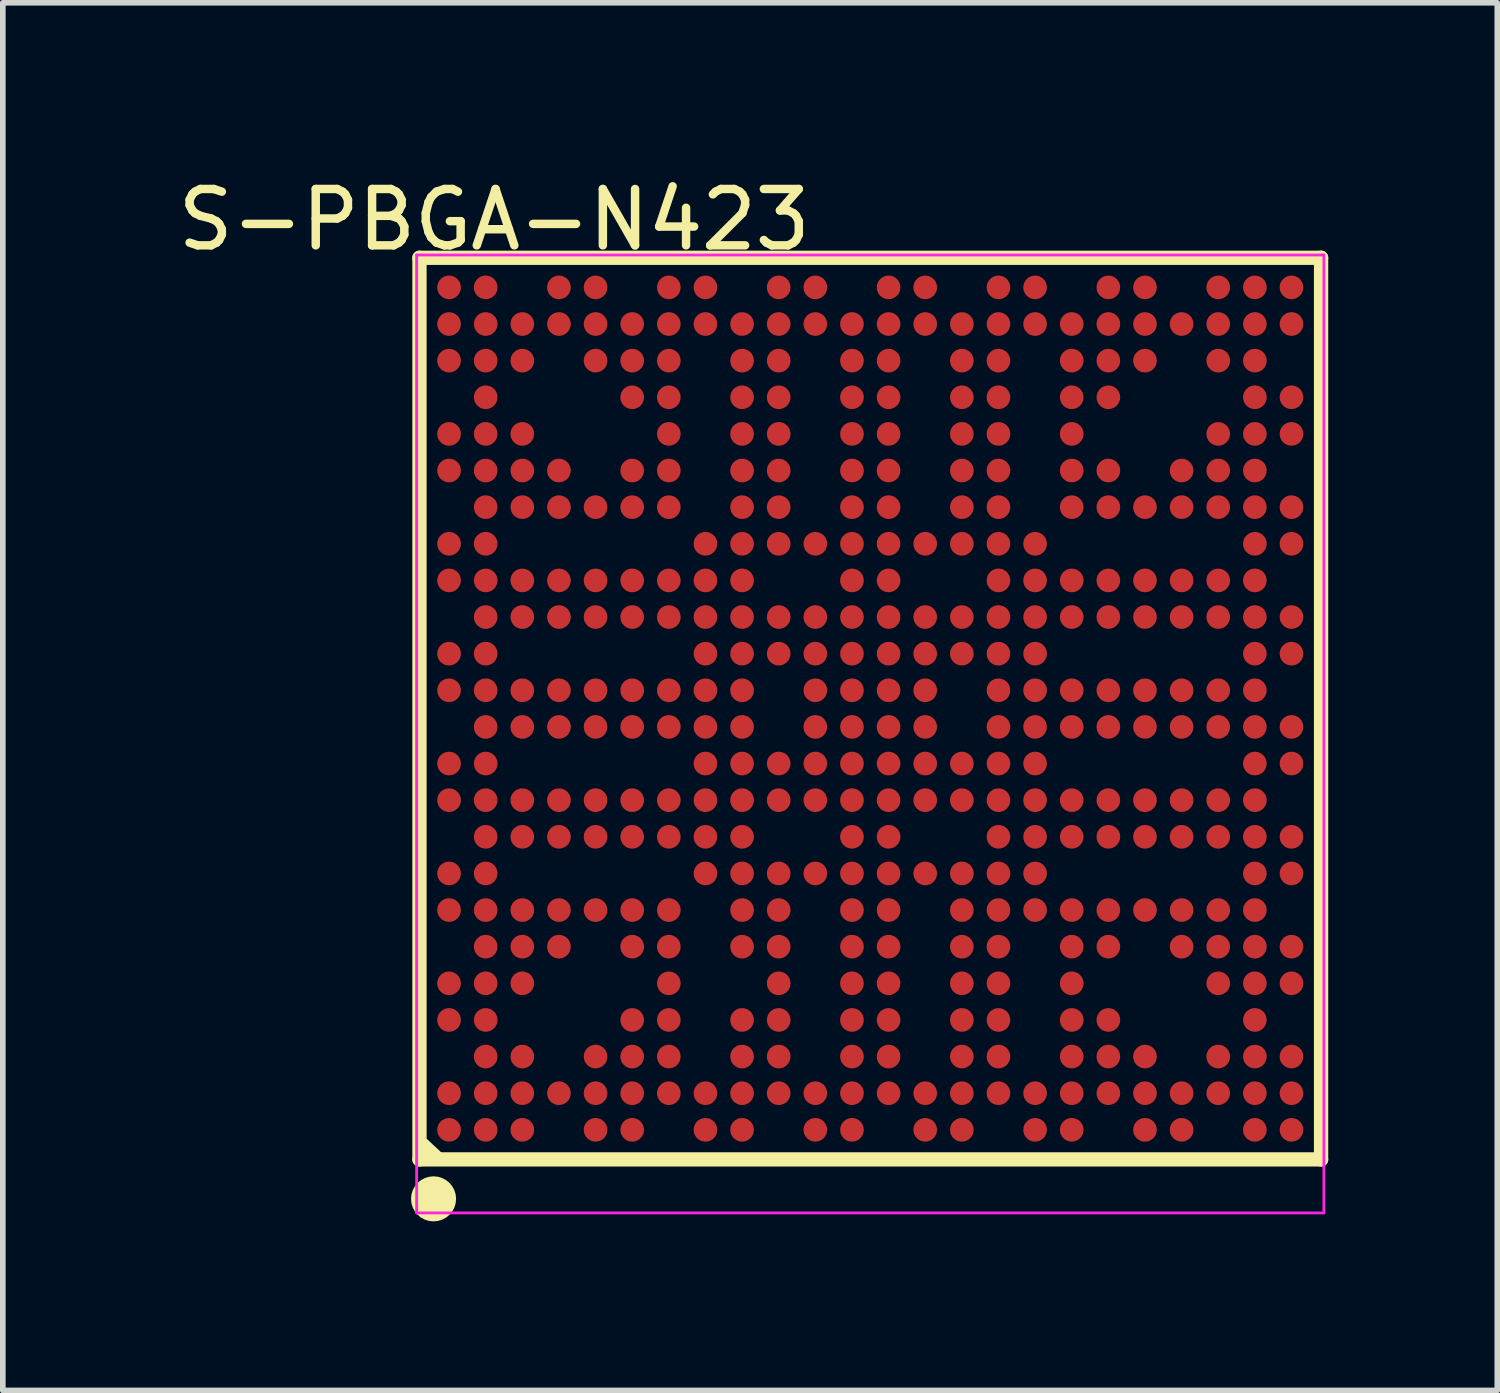
<source format=kicad_pcb>
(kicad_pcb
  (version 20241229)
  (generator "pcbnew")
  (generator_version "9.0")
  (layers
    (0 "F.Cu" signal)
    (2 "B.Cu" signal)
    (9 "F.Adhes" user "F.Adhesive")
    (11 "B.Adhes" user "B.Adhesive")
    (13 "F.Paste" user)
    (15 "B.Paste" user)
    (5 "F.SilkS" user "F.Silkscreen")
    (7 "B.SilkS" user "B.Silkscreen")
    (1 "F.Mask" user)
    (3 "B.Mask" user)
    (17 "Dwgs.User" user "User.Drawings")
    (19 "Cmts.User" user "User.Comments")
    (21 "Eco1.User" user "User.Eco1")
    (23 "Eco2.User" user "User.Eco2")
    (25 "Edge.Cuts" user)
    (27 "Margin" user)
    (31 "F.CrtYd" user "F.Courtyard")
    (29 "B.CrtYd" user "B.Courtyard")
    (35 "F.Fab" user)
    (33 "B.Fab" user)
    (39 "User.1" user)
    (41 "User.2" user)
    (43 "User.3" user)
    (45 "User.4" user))
  (footprint "S-PBGA-N423"
    (layer "F.Cu")
    (at 12.394 9.525)
    (property "Reference" "S-PBGA-N423" (at -6.674 -8.676 0) (layer "F.SilkS") (effects (font (size 1 1) (thickness 0.15))))
    (attr through_hole)
    (fp_line (start -8 -8) (end 8 -8) (stroke (width 0.254) (type solid)) (layer "F.SilkS"))
    (fp_line (start -8 8) (end -8 -8) (stroke (width 0.254) (type solid)) (layer "F.SilkS"))
    (fp_line (start -8 8) (end 8 8) (stroke (width 0.254) (type solid)) (layer "F.SilkS"))
    (fp_line (start -7.975 7.675) (end -7.625 8) (stroke (width 0.2) (type solid)) (layer "F.SilkS"))
    (fp_line (start 8 8) (end 8 -8) (stroke (width 0.254) (type solid)) (layer "F.SilkS"))
    (fp_circle (center -7.75 8.7) (end -7.55 8.7) (stroke (width 0.4) (type solid)) (fill no) (layer "F.SilkS"))
    (fp_line (start -8.05 -8.05) (end 8.05 -8.05) (stroke (width 0.05) (type solid)) (layer "F.CrtYd"))
    (fp_line (start -8.05 8.95) (end -8.05 -8.05) (stroke (width 0.05) (type solid)) (layer "F.CrtYd"))
    (fp_line (start 8.05 -8.05) (end 8.05 8.95) (stroke (width 0.05) (type solid)) (layer "F.CrtYd"))
    (fp_line (start 8.05 8.95) (end -8.05 8.95) (stroke (width 0.05) (type solid)) (layer "F.CrtYd"))
    (pad "A1" smd oval (at -7.475 7.475) (size 0.42 0.42) (layers "F.Cu" "F.Mask" "F.Paste"))
    (pad "A2" smd oval (at -7.475 6.825) (size 0.42 0.42) (layers "F.Cu" "F.Mask" "F.Paste"))
    (pad "A4" smd oval (at -7.475 5.525) (size 0.42 0.42) (layers "F.Cu" "F.Mask" "F.Paste"))
    (pad "A5" smd oval (at -7.475 4.875) (size 0.42 0.42) (layers "F.Cu" "F.Mask" "F.Paste"))
    (pad "A7" smd oval (at -7.475 3.575) (size 0.42 0.42) (layers "F.Cu" "F.Mask" "F.Paste"))
    (pad "A8" smd oval (at -7.475 2.925) (size 0.42 0.42) (layers "F.Cu" "F.Mask" "F.Paste"))
    (pad "A10" smd oval (at -7.475 1.625) (size 0.42 0.42) (layers "F.Cu" "F.Mask" "F.Paste"))
    (pad "A11" smd oval (at -7.475 0.975) (size 0.42 0.42) (layers "F.Cu" "F.Mask" "F.Paste"))
    (pad "A13" smd oval (at -7.475 -0.325) (size 0.42 0.42) (layers "F.Cu" "F.Mask" "F.Paste"))
    (pad "A14" smd oval (at -7.475 -0.975) (size 0.42 0.42) (layers "F.Cu" "F.Mask" "F.Paste"))
    (pad "A16" smd oval (at -7.475 -2.275) (size 0.42 0.42) (layers "F.Cu" "F.Mask" "F.Paste"))
    (pad "A17" smd oval (at -7.475 -2.925) (size 0.42 0.42) (layers "F.Cu" "F.Mask" "F.Paste"))
    (pad "A19" smd oval (at -7.475 -4.225) (size 0.42 0.42) (layers "F.Cu" "F.Mask" "F.Paste"))
    (pad "A20" smd oval (at -7.475 -4.875) (size 0.42 0.42) (layers "F.Cu" "F.Mask" "F.Paste"))
    (pad "A22" smd oval (at -7.475 -6.175) (size 0.42 0.42) (layers "F.Cu" "F.Mask" "F.Paste"))
    (pad "A23" smd oval (at -7.475 -6.825) (size 0.42 0.42) (layers "F.Cu" "F.Mask" "F.Paste"))
    (pad "A24" smd oval (at -7.475 -7.475) (size 0.42 0.42) (layers "F.Cu" "F.Mask" "F.Paste"))
    (pad "AA1" smd oval (at 5.525 7.475) (size 0.42 0.42) (layers "F.Cu" "F.Mask" "F.Paste"))
    (pad "AA2" smd oval (at 5.525 6.825) (size 0.42 0.42) (layers "F.Cu" "F.Mask" "F.Paste"))
    (pad "AA6" smd oval (at 5.525 4.225) (size 0.42 0.42) (layers "F.Cu" "F.Mask" "F.Paste"))
    (pad "AA7" smd oval (at 5.525 3.575) (size 0.42 0.42) (layers "F.Cu" "F.Mask" "F.Paste"))
    (pad "AA9" smd oval (at 5.525 2.275) (size 0.42 0.42) (layers "F.Cu" "F.Mask" "F.Paste"))
    (pad "AA10" smd oval (at 5.525 1.625) (size 0.42 0.42) (layers "F.Cu" "F.Mask" "F.Paste"))
    (pad "AA12" smd oval (at 5.525 0.325) (size 0.42 0.42) (layers "F.Cu" "F.Mask" "F.Paste"))
    (pad "AA13" smd oval (at 5.525 -0.325) (size 0.42 0.42) (layers "F.Cu" "F.Mask" "F.Paste"))
    (pad "AA15" smd oval (at 5.525 -1.625) (size 0.42 0.42) (layers "F.Cu" "F.Mask" "F.Paste"))
    (pad "AA16" smd oval (at 5.525 -2.275) (size 0.42 0.42) (layers "F.Cu" "F.Mask" "F.Paste"))
    (pad "AA18" smd oval (at 5.525 -3.575) (size 0.42 0.42) (layers "F.Cu" "F.Mask" "F.Paste"))
    (pad "AA19" smd oval (at 5.525 -4.225) (size 0.42 0.42) (layers "F.Cu" "F.Mask" "F.Paste"))
    (pad "AA23" smd oval (at 5.525 -6.825) (size 0.42 0.42) (layers "F.Cu" "F.Mask" "F.Paste"))
    (pad "AB2" smd oval (at 6.175 6.825) (size 0.42 0.42) (layers "F.Cu" "F.Mask" "F.Paste"))
    (pad "AB3" smd oval (at 6.175 6.175) (size 0.42 0.42) (layers "F.Cu" "F.Mask" "F.Paste"))
    (pad "AB5" smd oval (at 6.175 4.875) (size 0.42 0.42) (layers "F.Cu" "F.Mask" "F.Paste"))
    (pad "AB6" smd oval (at 6.175 4.225) (size 0.42 0.42) (layers "F.Cu" "F.Mask" "F.Paste"))
    (pad "AB7" smd oval (at 6.175 3.575) (size 0.42 0.42) (layers "F.Cu" "F.Mask" "F.Paste"))
    (pad "AB9" smd oval (at 6.175 2.275) (size 0.42 0.42) (layers "F.Cu" "F.Mask" "F.Paste"))
    (pad "AB10" smd oval (at 6.175 1.625) (size 0.42 0.42) (layers "F.Cu" "F.Mask" "F.Paste"))
    (pad "AB12" smd oval (at 6.175 0.325) (size 0.42 0.42) (layers "F.Cu" "F.Mask" "F.Paste"))
    (pad "AB13" smd oval (at 6.175 -0.325) (size 0.42 0.42) (layers "F.Cu" "F.Mask" "F.Paste"))
    (pad "AB15" smd oval (at 6.175 -1.625) (size 0.42 0.42) (layers "F.Cu" "F.Mask" "F.Paste"))
    (pad "AB16" smd oval (at 6.175 -2.275) (size 0.42 0.42) (layers "F.Cu" "F.Mask" "F.Paste"))
    (pad "AB18" smd oval (at 6.175 -3.575) (size 0.42 0.42) (layers "F.Cu" "F.Mask" "F.Paste"))
    (pad "AB19" smd oval (at 6.175 -4.225) (size 0.42 0.42) (layers "F.Cu" "F.Mask" "F.Paste"))
    (pad "AB20" smd oval (at 6.175 -4.875) (size 0.42 0.42) (layers "F.Cu" "F.Mask" "F.Paste"))
    (pad "AB22" smd oval (at 6.175 -6.175) (size 0.42 0.42) (layers "F.Cu" "F.Mask" "F.Paste"))
    (pad "AB23" smd oval (at 6.175 -6.825) (size 0.42 0.42) (layers "F.Cu" "F.Mask" "F.Paste"))
    (pad "AB24" smd oval (at 6.175 -7.475) (size 0.42 0.42) (layers "F.Cu" "F.Mask" "F.Paste"))
    (pad "AC1" smd oval (at 6.825 7.475) (size 0.42 0.42) (layers "F.Cu" "F.Mask" "F.Paste"))
    (pad "AC2" smd oval (at 6.825 6.825) (size 0.42 0.42) (layers "F.Cu" "F.Mask" "F.Paste"))
    (pad "AC3" smd oval (at 6.825 6.175) (size 0.42 0.42) (layers "F.Cu" "F.Mask" "F.Paste"))
    (pad "AC4" smd oval (at 6.825 5.525) (size 0.42 0.42) (layers "F.Cu" "F.Mask" "F.Paste"))
    (pad "AC5" smd oval (at 6.825 4.875) (size 0.42 0.42) (layers "F.Cu" "F.Mask" "F.Paste"))
    (pad "AC6" smd oval (at 6.825 4.225) (size 0.42 0.42) (layers "F.Cu" "F.Mask" "F.Paste"))
    (pad "AC7" smd oval (at 6.825 3.575) (size 0.42 0.42) (layers "F.Cu" "F.Mask" "F.Paste"))
    (pad "AC8" smd oval (at 6.825 2.925) (size 0.42 0.42) (layers "F.Cu" "F.Mask" "F.Paste"))
    (pad "AC9" smd oval (at 6.825 2.275) (size 0.42 0.42) (layers "F.Cu" "F.Mask" "F.Paste"))
    (pad "AC10" smd oval (at 6.825 1.625) (size 0.42 0.42) (layers "F.Cu" "F.Mask" "F.Paste"))
    (pad "AC11" smd oval (at 6.825 0.975) (size 0.42 0.42) (layers "F.Cu" "F.Mask" "F.Paste"))
    (pad "AC12" smd oval (at 6.825 0.325) (size 0.42 0.42) (layers "F.Cu" "F.Mask" "F.Paste"))
    (pad "AC13" smd oval (at 6.825 -0.325) (size 0.42 0.42) (layers "F.Cu" "F.Mask" "F.Paste"))
    (pad "AC14" smd oval (at 6.825 -0.975) (size 0.42 0.42) (layers "F.Cu" "F.Mask" "F.Paste"))
    (pad "AC15" smd oval (at 6.825 -1.625) (size 0.42 0.42) (layers "F.Cu" "F.Mask" "F.Paste"))
    (pad "AC16" smd oval (at 6.825 -2.275) (size 0.42 0.42) (layers "F.Cu" "F.Mask" "F.Paste"))
    (pad "AC17" smd oval (at 6.825 -2.925) (size 0.42 0.42) (layers "F.Cu" "F.Mask" "F.Paste"))
    (pad "AC18" smd oval (at 6.825 -3.575) (size 0.42 0.42) (layers "F.Cu" "F.Mask" "F.Paste"))
    (pad "AC19" smd oval (at 6.825 -4.225) (size 0.42 0.42) (layers "F.Cu" "F.Mask" "F.Paste"))
    (pad "AC20" smd oval (at 6.825 -4.875) (size 0.42 0.42) (layers "F.Cu" "F.Mask" "F.Paste"))
    (pad "AC21" smd oval (at 6.825 -5.525) (size 0.42 0.42) (layers "F.Cu" "F.Mask" "F.Paste"))
    (pad "AC22" smd oval (at 6.825 -6.175) (size 0.42 0.42) (layers "F.Cu" "F.Mask" "F.Paste"))
    (pad "AC23" smd oval (at 6.825 -6.825) (size 0.42 0.42) (layers "F.Cu" "F.Mask" "F.Paste"))
    (pad "AC24" smd oval (at 6.825 -7.475) (size 0.42 0.42) (layers "F.Cu" "F.Mask" "F.Paste"))
    (pad "AD1" smd oval (at 7.475 7.475) (size 0.42 0.42) (layers "F.Cu" "F.Mask" "F.Paste"))
    (pad "AD2" smd oval (at 7.475 6.825) (size 0.42 0.42) (layers "F.Cu" "F.Mask" "F.Paste"))
    (pad "AD3" smd oval (at 7.475 6.175) (size 0.42 0.42) (layers "F.Cu" "F.Mask" "F.Paste"))
    (pad "AD5" smd oval (at 7.475 4.875) (size 0.42 0.42) (layers "F.Cu" "F.Mask" "F.Paste"))
    (pad "AD6" smd oval (at 7.475 4.225) (size 0.42 0.42) (layers "F.Cu" "F.Mask" "F.Paste"))
    (pad "AD8" smd oval (at 7.475 2.925) (size 0.42 0.42) (layers "F.Cu" "F.Mask" "F.Paste"))
    (pad "AD9" smd oval (at 7.475 2.275) (size 0.42 0.42) (layers "F.Cu" "F.Mask" "F.Paste"))
    (pad "AD11" smd oval (at 7.475 0.975) (size 0.42 0.42) (layers "F.Cu" "F.Mask" "F.Paste"))
    (pad "AD12" smd oval (at 7.475 0.325) (size 0.42 0.42) (layers "F.Cu" "F.Mask" "F.Paste"))
    (pad "AD14" smd oval (at 7.475 -0.975) (size 0.42 0.42) (layers "F.Cu" "F.Mask" "F.Paste"))
    (pad "AD15" smd oval (at 7.475 -1.625) (size 0.42 0.42) (layers "F.Cu" "F.Mask" "F.Paste"))
    (pad "AD17" smd oval (at 7.475 -2.925) (size 0.42 0.42) (layers "F.Cu" "F.Mask" "F.Paste"))
    (pad "AD18" smd oval (at 7.475 -3.575) (size 0.42 0.42) (layers "F.Cu" "F.Mask" "F.Paste"))
    (pad "AD20" smd oval (at 7.475 -4.875) (size 0.42 0.42) (layers "F.Cu" "F.Mask" "F.Paste"))
    (pad "AD21" smd oval (at 7.475 -5.525) (size 0.42 0.42) (layers "F.Cu" "F.Mask" "F.Paste"))
    (pad "AD23" smd oval (at 7.475 -6.825) (size 0.42 0.42) (layers "F.Cu" "F.Mask" "F.Paste"))
    (pad "AD24" smd oval (at 7.475 -7.475) (size 0.42 0.42) (layers "F.Cu" "F.Mask" "F.Paste"))
    (pad "B1" smd oval (at -6.825 7.475) (size 0.42 0.42) (layers "F.Cu" "F.Mask" "F.Paste"))
    (pad "B2" smd oval (at -6.825 6.825) (size 0.42 0.42) (layers "F.Cu" "F.Mask" "F.Paste"))
    (pad "B3" smd oval (at -6.825 6.175) (size 0.42 0.42) (layers "F.Cu" "F.Mask" "F.Paste"))
    (pad "B4" smd oval (at -6.825 5.525) (size 0.42 0.42) (layers "F.Cu" "F.Mask" "F.Paste"))
    (pad "B5" smd oval (at -6.825 4.875) (size 0.42 0.42) (layers "F.Cu" "F.Mask" "F.Paste"))
    (pad "B6" smd oval (at -6.825 4.225) (size 0.42 0.42) (layers "F.Cu" "F.Mask" "F.Paste"))
    (pad "B7" smd oval (at -6.825 3.575) (size 0.42 0.42) (layers "F.Cu" "F.Mask" "F.Paste"))
    (pad "B8" smd oval (at -6.825 2.925) (size 0.42 0.42) (layers "F.Cu" "F.Mask" "F.Paste"))
    (pad "B9" smd oval (at -6.825 2.275) (size 0.42 0.42) (layers "F.Cu" "F.Mask" "F.Paste"))
    (pad "B10" smd oval (at -6.825 1.625) (size 0.42 0.42) (layers "F.Cu" "F.Mask" "F.Paste"))
    (pad "B11" smd oval (at -6.825 0.975) (size 0.42 0.42) (layers "F.Cu" "F.Mask" "F.Paste"))
    (pad "B12" smd oval (at -6.825 0.325) (size 0.42 0.42) (layers "F.Cu" "F.Mask" "F.Paste"))
    (pad "B13" smd oval (at -6.825 -0.325) (size 0.42 0.42) (layers "F.Cu" "F.Mask" "F.Paste"))
    (pad "B14" smd oval (at -6.825 -0.975) (size 0.42 0.42) (layers "F.Cu" "F.Mask" "F.Paste"))
    (pad "B15" smd oval (at -6.825 -1.625) (size 0.42 0.42) (layers "F.Cu" "F.Mask" "F.Paste"))
    (pad "B16" smd oval (at -6.825 -2.275) (size 0.42 0.42) (layers "F.Cu" "F.Mask" "F.Paste"))
    (pad "B17" smd oval (at -6.825 -2.925) (size 0.42 0.42) (layers "F.Cu" "F.Mask" "F.Paste"))
    (pad "B18" smd oval (at -6.825 -3.575) (size 0.42 0.42) (layers "F.Cu" "F.Mask" "F.Paste"))
    (pad "B19" smd oval (at -6.825 -4.225) (size 0.42 0.42) (layers "F.Cu" "F.Mask" "F.Paste"))
    (pad "B20" smd oval (at -6.825 -4.875) (size 0.42 0.42) (layers "F.Cu" "F.Mask" "F.Paste"))
    (pad "B21" smd oval (at -6.825 -5.525) (size 0.42 0.42) (layers "F.Cu" "F.Mask" "F.Paste"))
    (pad "B22" smd oval (at -6.825 -6.175) (size 0.42 0.42) (layers "F.Cu" "F.Mask" "F.Paste"))
    (pad "B23" smd oval (at -6.825 -6.825) (size 0.42 0.42) (layers "F.Cu" "F.Mask" "F.Paste"))
    (pad "B24" smd oval (at -6.825 -7.475) (size 0.42 0.42) (layers "F.Cu" "F.Mask" "F.Paste"))
    (pad "C1" smd oval (at -6.175 7.475) (size 0.42 0.42) (layers "F.Cu" "F.Mask" "F.Paste"))
    (pad "C2" smd oval (at -6.175 6.825) (size 0.42 0.42) (layers "F.Cu" "F.Mask" "F.Paste"))
    (pad "C3" smd oval (at -6.175 6.175) (size 0.42 0.42) (layers "F.Cu" "F.Mask" "F.Paste"))
    (pad "C5" smd oval (at -6.175 4.875) (size 0.42 0.42) (layers "F.Cu" "F.Mask" "F.Paste"))
    (pad "C6" smd oval (at -6.175 4.225) (size 0.42 0.42) (layers "F.Cu" "F.Mask" "F.Paste"))
    (pad "C7" smd oval (at -6.175 3.575) (size 0.42 0.42) (layers "F.Cu" "F.Mask" "F.Paste"))
    (pad "C9" smd oval (at -6.175 2.275) (size 0.42 0.42) (layers "F.Cu" "F.Mask" "F.Paste"))
    (pad "C10" smd oval (at -6.175 1.625) (size 0.42 0.42) (layers "F.Cu" "F.Mask" "F.Paste"))
    (pad "C12" smd oval (at -6.175 0.325) (size 0.42 0.42) (layers "F.Cu" "F.Mask" "F.Paste"))
    (pad "C13" smd oval (at -6.175 -0.325) (size 0.42 0.42) (layers "F.Cu" "F.Mask" "F.Paste"))
    (pad "C15" smd oval (at -6.175 -1.625) (size 0.42 0.42) (layers "F.Cu" "F.Mask" "F.Paste"))
    (pad "C16" smd oval (at -6.175 -2.275) (size 0.42 0.42) (layers "F.Cu" "F.Mask" "F.Paste"))
    (pad "C18" smd oval (at -6.175 -3.575) (size 0.42 0.42) (layers "F.Cu" "F.Mask" "F.Paste"))
    (pad "C19" smd oval (at -6.175 -4.225) (size 0.42 0.42) (layers "F.Cu" "F.Mask" "F.Paste"))
    (pad "C20" smd oval (at -6.175 -4.875) (size 0.42 0.42) (layers "F.Cu" "F.Mask" "F.Paste"))
    (pad "C22" smd oval (at -6.175 -6.175) (size 0.42 0.42) (layers "F.Cu" "F.Mask" "F.Paste"))
    (pad "C23" smd oval (at -6.175 -6.825) (size 0.42 0.42) (layers "F.Cu" "F.Mask" "F.Paste"))
    (pad "D2" smd oval (at -5.525 6.825) (size 0.42 0.42) (layers "F.Cu" "F.Mask" "F.Paste"))
    (pad "D6" smd oval (at -5.525 4.225) (size 0.42 0.42) (layers "F.Cu" "F.Mask" "F.Paste"))
    (pad "D7" smd oval (at -5.525 3.575) (size 0.42 0.42) (layers "F.Cu" "F.Mask" "F.Paste"))
    (pad "D9" smd oval (at -5.525 2.275) (size 0.42 0.42) (layers "F.Cu" "F.Mask" "F.Paste"))
    (pad "D10" smd oval (at -5.525 1.625) (size 0.42 0.42) (layers "F.Cu" "F.Mask" "F.Paste"))
    (pad "D12" smd oval (at -5.525 0.325) (size 0.42 0.42) (layers "F.Cu" "F.Mask" "F.Paste"))
    (pad "D13" smd oval (at -5.525 -0.325) (size 0.42 0.42) (layers "F.Cu" "F.Mask" "F.Paste"))
    (pad "D15" smd oval (at -5.525 -1.625) (size 0.42 0.42) (layers "F.Cu" "F.Mask" "F.Paste"))
    (pad "D16" smd oval (at -5.525 -2.275) (size 0.42 0.42) (layers "F.Cu" "F.Mask" "F.Paste"))
    (pad "D18" smd oval (at -5.525 -3.575) (size 0.42 0.42) (layers "F.Cu" "F.Mask" "F.Paste"))
    (pad "D19" smd oval (at -5.525 -4.225) (size 0.42 0.42) (layers "F.Cu" "F.Mask" "F.Paste"))
    (pad "D23" smd oval (at -5.525 -6.825) (size 0.42 0.42) (layers "F.Cu" "F.Mask" "F.Paste"))
    (pad "D24" smd oval (at -5.525 -7.475) (size 0.42 0.42) (layers "F.Cu" "F.Mask" "F.Paste"))
    (pad "E1" smd oval (at -4.875 7.475) (size 0.42 0.42) (layers "F.Cu" "F.Mask" "F.Paste"))
    (pad "E2" smd oval (at -4.875 6.825) (size 0.42 0.42) (layers "F.Cu" "F.Mask" "F.Paste"))
    (pad "E3" smd oval (at -4.875 6.175) (size 0.42 0.42) (layers "F.Cu" "F.Mask" "F.Paste"))
    (pad "E7" smd oval (at -4.875 3.575) (size 0.42 0.42) (layers "F.Cu" "F.Mask" "F.Paste"))
    (pad "E9" smd oval (at -4.875 2.275) (size 0.42 0.42) (layers "F.Cu" "F.Mask" "F.Paste"))
    (pad "E10" smd oval (at -4.875 1.625) (size 0.42 0.42) (layers "F.Cu" "F.Mask" "F.Paste"))
    (pad "E12" smd oval (at -4.875 0.325) (size 0.42 0.42) (layers "F.Cu" "F.Mask" "F.Paste"))
    (pad "E13" smd oval (at -4.875 -0.325) (size 0.42 0.42) (layers "F.Cu" "F.Mask" "F.Paste"))
    (pad "E15" smd oval (at -4.875 -1.625) (size 0.42 0.42) (layers "F.Cu" "F.Mask" "F.Paste"))
    (pad "E16" smd oval (at -4.875 -2.275) (size 0.42 0.42) (layers "F.Cu" "F.Mask" "F.Paste"))
    (pad "E18" smd oval (at -4.875 -3.575) (size 0.42 0.42) (layers "F.Cu" "F.Mask" "F.Paste"))
    (pad "E22" smd oval (at -4.875 -6.175) (size 0.42 0.42) (layers "F.Cu" "F.Mask" "F.Paste"))
    (pad "E23" smd oval (at -4.875 -6.825) (size 0.42 0.42) (layers "F.Cu" "F.Mask" "F.Paste"))
    (pad "E24" smd oval (at -4.875 -7.475) (size 0.42 0.42) (layers "F.Cu" "F.Mask" "F.Paste"))
    (pad "F1" smd oval (at -4.225 7.475) (size 0.42 0.42) (layers "F.Cu" "F.Mask" "F.Paste"))
    (pad "F2" smd oval (at -4.225 6.825) (size 0.42 0.42) (layers "F.Cu" "F.Mask" "F.Paste"))
    (pad "F3" smd oval (at -4.225 6.175) (size 0.42 0.42) (layers "F.Cu" "F.Mask" "F.Paste"))
    (pad "F4" smd oval (at -4.225 5.525) (size 0.42 0.42) (layers "F.Cu" "F.Mask" "F.Paste"))
    (pad "F6" smd oval (at -4.225 4.225) (size 0.42 0.42) (layers "F.Cu" "F.Mask" "F.Paste"))
    (pad "F7" smd oval (at -4.225 3.575) (size 0.42 0.42) (layers "F.Cu" "F.Mask" "F.Paste"))
    (pad "F9" smd oval (at -4.225 2.275) (size 0.42 0.42) (layers "F.Cu" "F.Mask" "F.Paste"))
    (pad "F10" smd oval (at -4.225 1.625) (size 0.42 0.42) (layers "F.Cu" "F.Mask" "F.Paste"))
    (pad "F12" smd oval (at -4.225 0.325) (size 0.42 0.42) (layers "F.Cu" "F.Mask" "F.Paste"))
    (pad "F13" smd oval (at -4.225 -0.325) (size 0.42 0.42) (layers "F.Cu" "F.Mask" "F.Paste"))
    (pad "F15" smd oval (at -4.225 -1.625) (size 0.42 0.42) (layers "F.Cu" "F.Mask" "F.Paste"))
    (pad "F16" smd oval (at -4.225 -2.275) (size 0.42 0.42) (layers "F.Cu" "F.Mask" "F.Paste"))
    (pad "F18" smd oval (at -4.225 -3.575) (size 0.42 0.42) (layers "F.Cu" "F.Mask" "F.Paste"))
    (pad "F19" smd oval (at -4.225 -4.225) (size 0.42 0.42) (layers "F.Cu" "F.Mask" "F.Paste"))
    (pad "F21" smd oval (at -4.225 -5.525) (size 0.42 0.42) (layers "F.Cu" "F.Mask" "F.Paste"))
    (pad "F22" smd oval (at -4.225 -6.175) (size 0.42 0.42) (layers "F.Cu" "F.Mask" "F.Paste"))
    (pad "F23" smd oval (at -4.225 -6.825) (size 0.42 0.42) (layers "F.Cu" "F.Mask" "F.Paste"))
    (pad "G2" smd oval (at -3.575 6.825) (size 0.42 0.42) (layers "F.Cu" "F.Mask" "F.Paste"))
    (pad "G3" smd oval (at -3.575 6.175) (size 0.42 0.42) (layers "F.Cu" "F.Mask" "F.Paste"))
    (pad "G4" smd oval (at -3.575 5.525) (size 0.42 0.42) (layers "F.Cu" "F.Mask" "F.Paste"))
    (pad "G5" smd oval (at -3.575 4.875) (size 0.42 0.42) (layers "F.Cu" "F.Mask" "F.Paste"))
    (pad "G6" smd oval (at -3.575 4.225) (size 0.42 0.42) (layers "F.Cu" "F.Mask" "F.Paste"))
    (pad "G7" smd oval (at -3.575 3.575) (size 0.42 0.42) (layers "F.Cu" "F.Mask" "F.Paste"))
    (pad "G9" smd oval (at -3.575 2.275) (size 0.42 0.42) (layers "F.Cu" "F.Mask" "F.Paste"))
    (pad "G10" smd oval (at -3.575 1.625) (size 0.42 0.42) (layers "F.Cu" "F.Mask" "F.Paste"))
    (pad "G12" smd oval (at -3.575 0.325) (size 0.42 0.42) (layers "F.Cu" "F.Mask" "F.Paste"))
    (pad "G13" smd oval (at -3.575 -0.325) (size 0.42 0.42) (layers "F.Cu" "F.Mask" "F.Paste"))
    (pad "G15" smd oval (at -3.575 -1.625) (size 0.42 0.42) (layers "F.Cu" "F.Mask" "F.Paste"))
    (pad "G16" smd oval (at -3.575 -2.275) (size 0.42 0.42) (layers "F.Cu" "F.Mask" "F.Paste"))
    (pad "G18" smd oval (at -3.575 -3.575) (size 0.42 0.42) (layers "F.Cu" "F.Mask" "F.Paste"))
    (pad "G19" smd oval (at -3.575 -4.225) (size 0.42 0.42) (layers "F.Cu" "F.Mask" "F.Paste"))
    (pad "G20" smd oval (at -3.575 -4.875) (size 0.42 0.42) (layers "F.Cu" "F.Mask" "F.Paste"))
    (pad "G21" smd oval (at -3.575 -5.525) (size 0.42 0.42) (layers "F.Cu" "F.Mask" "F.Paste"))
    (pad "G22" smd oval (at -3.575 -6.175) (size 0.42 0.42) (layers "F.Cu" "F.Mask" "F.Paste"))
    (pad "G23" smd oval (at -3.575 -6.825) (size 0.42 0.42) (layers "F.Cu" "F.Mask" "F.Paste"))
    (pad "G24" smd oval (at -3.575 -7.475) (size 0.42 0.42) (layers "F.Cu" "F.Mask" "F.Paste"))
    (pad "H1" smd oval (at -2.925 7.475) (size 0.42 0.42) (layers "F.Cu" "F.Mask" "F.Paste"))
    (pad "H2" smd oval (at -2.925 6.825) (size 0.42 0.42) (layers "F.Cu" "F.Mask" "F.Paste"))
    (pad "H8" smd oval (at -2.925 2.925) (size 0.42 0.42) (layers "F.Cu" "F.Mask" "F.Paste"))
    (pad "H9" smd oval (at -2.925 2.275) (size 0.42 0.42) (layers "F.Cu" "F.Mask" "F.Paste"))
    (pad "H10" smd oval (at -2.925 1.625) (size 0.42 0.42) (layers "F.Cu" "F.Mask" "F.Paste"))
    (pad "H11" smd oval (at -2.925 0.975) (size 0.42 0.42) (layers "F.Cu" "F.Mask" "F.Paste"))
    (pad "H12" smd oval (at -2.925 0.325) (size 0.42 0.42) (layers "F.Cu" "F.Mask" "F.Paste"))
    (pad "H13" smd oval (at -2.925 -0.325) (size 0.42 0.42) (layers "F.Cu" "F.Mask" "F.Paste"))
    (pad "H14" smd oval (at -2.925 -0.975) (size 0.42 0.42) (layers "F.Cu" "F.Mask" "F.Paste"))
    (pad "H15" smd oval (at -2.925 -1.625) (size 0.42 0.42) (layers "F.Cu" "F.Mask" "F.Paste"))
    (pad "H16" smd oval (at -2.925 -2.275) (size 0.42 0.42) (layers "F.Cu" "F.Mask" "F.Paste"))
    (pad "H17" smd oval (at -2.925 -2.925) (size 0.42 0.42) (layers "F.Cu" "F.Mask" "F.Paste"))
    (pad "H23" smd oval (at -2.925 -6.825) (size 0.42 0.42) (layers "F.Cu" "F.Mask" "F.Paste"))
    (pad "H24" smd oval (at -2.925 -7.475) (size 0.42 0.42) (layers "F.Cu" "F.Mask" "F.Paste"))
    (pad "J1" smd oval (at -2.275 7.475) (size 0.42 0.42) (layers "F.Cu" "F.Mask" "F.Paste"))
    (pad "J2" smd oval (at -2.275 6.825) (size 0.42 0.42) (layers "F.Cu" "F.Mask" "F.Paste"))
    (pad "J3" smd oval (at -2.275 6.175) (size 0.42 0.42) (layers "F.Cu" "F.Mask" "F.Paste"))
    (pad "J4" smd oval (at -2.275 5.525) (size 0.42 0.42) (layers "F.Cu" "F.Mask" "F.Paste"))
    (pad "J6" smd oval (at -2.275 4.225) (size 0.42 0.42) (layers "F.Cu" "F.Mask" "F.Paste"))
    (pad "J7" smd oval (at -2.275 3.575) (size 0.42 0.42) (layers "F.Cu" "F.Mask" "F.Paste"))
    (pad "J8" smd oval (at -2.275 2.925) (size 0.42 0.42) (layers "F.Cu" "F.Mask" "F.Paste"))
    (pad "J9" smd oval (at -2.275 2.275) (size 0.42 0.42) (layers "F.Cu" "F.Mask" "F.Paste"))
    (pad "J10" smd oval (at -2.275 1.625) (size 0.42 0.42) (layers "F.Cu" "F.Mask" "F.Paste"))
    (pad "J11" smd oval (at -2.275 0.975) (size 0.42 0.42) (layers "F.Cu" "F.Mask" "F.Paste"))
    (pad "J12" smd oval (at -2.275 0.325) (size 0.42 0.42) (layers "F.Cu" "F.Mask" "F.Paste"))
    (pad "J13" smd oval (at -2.275 -0.325) (size 0.42 0.42) (layers "F.Cu" "F.Mask" "F.Paste"))
    (pad "J14" smd oval (at -2.275 -0.975) (size 0.42 0.42) (layers "F.Cu" "F.Mask" "F.Paste"))
    (pad "J15" smd oval (at -2.275 -1.625) (size 0.42 0.42) (layers "F.Cu" "F.Mask" "F.Paste"))
    (pad "J16" smd oval (at -2.275 -2.275) (size 0.42 0.42) (layers "F.Cu" "F.Mask" "F.Paste"))
    (pad "J17" smd oval (at -2.275 -2.925) (size 0.42 0.42) (layers "F.Cu" "F.Mask" "F.Paste"))
    (pad "J18" smd oval (at -2.275 -3.575) (size 0.42 0.42) (layers "F.Cu" "F.Mask" "F.Paste"))
    (pad "J19" smd oval (at -2.275 -4.225) (size 0.42 0.42) (layers "F.Cu" "F.Mask" "F.Paste"))
    (pad "J20" smd oval (at -2.275 -4.875) (size 0.42 0.42) (layers "F.Cu" "F.Mask" "F.Paste"))
    (pad "J21" smd oval (at -2.275 -5.525) (size 0.42 0.42) (layers "F.Cu" "F.Mask" "F.Paste"))
    (pad "J22" smd oval (at -2.275 -6.175) (size 0.42 0.42) (layers "F.Cu" "F.Mask" "F.Paste"))
    (pad "J23" smd oval (at -2.275 -6.825) (size 0.42 0.42) (layers "F.Cu" "F.Mask" "F.Paste"))
    (pad "K2" smd oval (at -1.625 6.825) (size 0.42 0.42) (layers "F.Cu" "F.Mask" "F.Paste"))
    (pad "K3" smd oval (at -1.625 6.175) (size 0.42 0.42) (layers "F.Cu" "F.Mask" "F.Paste"))
    (pad "K4" smd oval (at -1.625 5.525) (size 0.42 0.42) (layers "F.Cu" "F.Mask" "F.Paste"))
    (pad "K5" smd oval (at -1.625 4.875) (size 0.42 0.42) (layers "F.Cu" "F.Mask" "F.Paste"))
    (pad "K6" smd oval (at -1.625 4.225) (size 0.42 0.42) (layers "F.Cu" "F.Mask" "F.Paste"))
    (pad "K7" smd oval (at -1.625 3.575) (size 0.42 0.42) (layers "F.Cu" "F.Mask" "F.Paste"))
    (pad "K8" smd oval (at -1.625 2.925) (size 0.42 0.42) (layers "F.Cu" "F.Mask" "F.Paste"))
    (pad "K10" smd oval (at -1.625 1.625) (size 0.42 0.42) (layers "F.Cu" "F.Mask" "F.Paste"))
    (pad "K11" smd oval (at -1.625 0.975) (size 0.42 0.42) (layers "F.Cu" "F.Mask" "F.Paste"))
    (pad "K14" smd oval (at -1.625 -0.975) (size 0.42 0.42) (layers "F.Cu" "F.Mask" "F.Paste"))
    (pad "K15" smd oval (at -1.625 -1.625) (size 0.42 0.42) (layers "F.Cu" "F.Mask" "F.Paste"))
    (pad "K17" smd oval (at -1.625 -2.925) (size 0.42 0.42) (layers "F.Cu" "F.Mask" "F.Paste"))
    (pad "K18" smd oval (at -1.625 -3.575) (size 0.42 0.42) (layers "F.Cu" "F.Mask" "F.Paste"))
    (pad "K19" smd oval (at -1.625 -4.225) (size 0.42 0.42) (layers "F.Cu" "F.Mask" "F.Paste"))
    (pad "K20" smd oval (at -1.625 -4.875) (size 0.42 0.42) (layers "F.Cu" "F.Mask" "F.Paste"))
    (pad "K21" smd oval (at -1.625 -5.525) (size 0.42 0.42) (layers "F.Cu" "F.Mask" "F.Paste"))
    (pad "K22" smd oval (at -1.625 -6.175) (size 0.42 0.42) (layers "F.Cu" "F.Mask" "F.Paste"))
    (pad "K23" smd oval (at -1.625 -6.825) (size 0.42 0.42) (layers "F.Cu" "F.Mask" "F.Paste"))
    (pad "K24" smd oval (at -1.625 -7.475) (size 0.42 0.42) (layers "F.Cu" "F.Mask" "F.Paste"))
    (pad "L1" smd oval (at -0.975 7.475) (size 0.42 0.42) (layers "F.Cu" "F.Mask" "F.Paste"))
    (pad "L2" smd oval (at -0.975 6.825) (size 0.42 0.42) (layers "F.Cu" "F.Mask" "F.Paste"))
    (pad "L8" smd oval (at -0.975 2.925) (size 0.42 0.42) (layers "F.Cu" "F.Mask" "F.Paste"))
    (pad "L10" smd oval (at -0.975 1.625) (size 0.42 0.42) (layers "F.Cu" "F.Mask" "F.Paste"))
    (pad "L11" smd oval (at -0.975 0.975) (size 0.42 0.42) (layers "F.Cu" "F.Mask" "F.Paste"))
    (pad "L12" smd oval (at -0.975 0.325) (size 0.42 0.42) (layers "F.Cu" "F.Mask" "F.Paste"))
    (pad "L13" smd oval (at -0.975 -0.325) (size 0.42 0.42) (layers "F.Cu" "F.Mask" "F.Paste"))
    (pad "L14" smd oval (at -0.975 -0.975) (size 0.42 0.42) (layers "F.Cu" "F.Mask" "F.Paste"))
    (pad "L15" smd oval (at -0.975 -1.625) (size 0.42 0.42) (layers "F.Cu" "F.Mask" "F.Paste"))
    (pad "L17" smd oval (at -0.975 -2.925) (size 0.42 0.42) (layers "F.Cu" "F.Mask" "F.Paste"))
    (pad "L23" smd oval (at -0.975 -6.825) (size 0.42 0.42) (layers "F.Cu" "F.Mask" "F.Paste"))
    (pad "L24" smd oval (at -0.975 -7.475) (size 0.42 0.42) (layers "F.Cu" "F.Mask" "F.Paste"))
    (pad "M1" smd oval (at -0.325 7.475) (size 0.42 0.42) (layers "F.Cu" "F.Mask" "F.Paste"))
    (pad "M2" smd oval (at -0.325 6.825) (size 0.42 0.42) (layers "F.Cu" "F.Mask" "F.Paste"))
    (pad "M3" smd oval (at -0.325 6.175) (size 0.42 0.42) (layers "F.Cu" "F.Mask" "F.Paste"))
    (pad "M4" smd oval (at -0.325 5.525) (size 0.42 0.42) (layers "F.Cu" "F.Mask" "F.Paste"))
    (pad "M5" smd oval (at -0.325 4.875) (size 0.42 0.42) (layers "F.Cu" "F.Mask" "F.Paste"))
    (pad "M6" smd oval (at -0.325 4.225) (size 0.42 0.42) (layers "F.Cu" "F.Mask" "F.Paste"))
    (pad "M7" smd oval (at -0.325 3.575) (size 0.42 0.42) (layers "F.Cu" "F.Mask" "F.Paste"))
    (pad "M8" smd oval (at -0.325 2.925) (size 0.42 0.42) (layers "F.Cu" "F.Mask" "F.Paste"))
    (pad "M9" smd oval (at -0.325 2.275) (size 0.42 0.42) (layers "F.Cu" "F.Mask" "F.Paste"))
    (pad "M10" smd oval (at -0.325 1.625) (size 0.42 0.42) (layers "F.Cu" "F.Mask" "F.Paste"))
    (pad "M11" smd oval (at -0.325 0.975) (size 0.42 0.42) (layers "F.Cu" "F.Mask" "F.Paste"))
    (pad "M12" smd oval (at -0.325 0.325) (size 0.42 0.42) (layers "F.Cu" "F.Mask" "F.Paste"))
    (pad "M13" smd oval (at -0.325 -0.325) (size 0.42 0.42) (layers "F.Cu" "F.Mask" "F.Paste"))
    (pad "M14" smd oval (at -0.325 -0.975) (size 0.42 0.42) (layers "F.Cu" "F.Mask" "F.Paste"))
    (pad "M15" smd oval (at -0.325 -1.625) (size 0.42 0.42) (layers "F.Cu" "F.Mask" "F.Paste"))
    (pad "M16" smd oval (at -0.325 -2.275) (size 0.42 0.42) (layers "F.Cu" "F.Mask" "F.Paste"))
    (pad "M17" smd oval (at -0.325 -2.925) (size 0.42 0.42) (layers "F.Cu" "F.Mask" "F.Paste"))
    (pad "M18" smd oval (at -0.325 -3.575) (size 0.42 0.42) (layers "F.Cu" "F.Mask" "F.Paste"))
    (pad "M19" smd oval (at -0.325 -4.225) (size 0.42 0.42) (layers "F.Cu" "F.Mask" "F.Paste"))
    (pad "M20" smd oval (at -0.325 -4.875) (size 0.42 0.42) (layers "F.Cu" "F.Mask" "F.Paste"))
    (pad "M21" smd oval (at -0.325 -5.525) (size 0.42 0.42) (layers "F.Cu" "F.Mask" "F.Paste"))
    (pad "M22" smd oval (at -0.325 -6.175) (size 0.42 0.42) (layers "F.Cu" "F.Mask" "F.Paste"))
    (pad "M23" smd oval (at -0.325 -6.825) (size 0.42 0.42) (layers "F.Cu" "F.Mask" "F.Paste"))
    (pad "N2" smd oval (at 0.325 6.825) (size 0.42 0.42) (layers "F.Cu" "F.Mask" "F.Paste"))
    (pad "N3" smd oval (at 0.325 6.175) (size 0.42 0.42) (layers "F.Cu" "F.Mask" "F.Paste"))
    (pad "N4" smd oval (at 0.325 5.525) (size 0.42 0.42) (layers "F.Cu" "F.Mask" "F.Paste"))
    (pad "N5" smd oval (at 0.325 4.875) (size 0.42 0.42) (layers "F.Cu" "F.Mask" "F.Paste"))
    (pad "N6" smd oval (at 0.325 4.225) (size 0.42 0.42) (layers "F.Cu" "F.Mask" "F.Paste"))
    (pad "N7" smd oval (at 0.325 3.575) (size 0.42 0.42) (layers "F.Cu" "F.Mask" "F.Paste"))
    (pad "N8" smd oval (at 0.325 2.925) (size 0.42 0.42) (layers "F.Cu" "F.Mask" "F.Paste"))
    (pad "N9" smd oval (at 0.325 2.275) (size 0.42 0.42) (layers "F.Cu" "F.Mask" "F.Paste"))
    (pad "N10" smd oval (at 0.325 1.625) (size 0.42 0.42) (layers "F.Cu" "F.Mask" "F.Paste"))
    (pad "N11" smd oval (at 0.325 0.975) (size 0.42 0.42) (layers "F.Cu" "F.Mask" "F.Paste"))
    (pad "N12" smd oval (at 0.325 0.325) (size 0.42 0.42) (layers "F.Cu" "F.Mask" "F.Paste"))
    (pad "N13" smd oval (at 0.325 -0.325) (size 0.42 0.42) (layers "F.Cu" "F.Mask" "F.Paste"))
    (pad "N14" smd oval (at 0.325 -0.975) (size 0.42 0.42) (layers "F.Cu" "F.Mask" "F.Paste"))
    (pad "N15" smd oval (at 0.325 -1.625) (size 0.42 0.42) (layers "F.Cu" "F.Mask" "F.Paste"))
    (pad "N16" smd oval (at 0.325 -2.275) (size 0.42 0.42) (layers "F.Cu" "F.Mask" "F.Paste"))
    (pad "N17" smd oval (at 0.325 -2.925) (size 0.42 0.42) (layers "F.Cu" "F.Mask" "F.Paste"))
    (pad "N18" smd oval (at 0.325 -3.575) (size 0.42 0.42) (layers "F.Cu" "F.Mask" "F.Paste"))
    (pad "N19" smd oval (at 0.325 -4.225) (size 0.42 0.42) (layers "F.Cu" "F.Mask" "F.Paste"))
    (pad "N20" smd oval (at 0.325 -4.875) (size 0.42 0.42) (layers "F.Cu" "F.Mask" "F.Paste"))
    (pad "N21" smd oval (at 0.325 -5.525) (size 0.42 0.42) (layers "F.Cu" "F.Mask" "F.Paste"))
    (pad "N22" smd oval (at 0.325 -6.175) (size 0.42 0.42) (layers "F.Cu" "F.Mask" "F.Paste"))
    (pad "N23" smd oval (at 0.325 -6.825) (size 0.42 0.42) (layers "F.Cu" "F.Mask" "F.Paste"))
    (pad "N24" smd oval (at 0.325 -7.475) (size 0.42 0.42) (layers "F.Cu" "F.Mask" "F.Paste"))
    (pad "P1" smd oval (at 0.975 7.475) (size 0.42 0.42) (layers "F.Cu" "F.Mask" "F.Paste"))
    (pad "P2" smd oval (at 0.975 6.825) (size 0.42 0.42) (layers "F.Cu" "F.Mask" "F.Paste"))
    (pad "P8" smd oval (at 0.975 2.925) (size 0.42 0.42) (layers "F.Cu" "F.Mask" "F.Paste"))
    (pad "P10" smd oval (at 0.975 1.625) (size 0.42 0.42) (layers "F.Cu" "F.Mask" "F.Paste"))
    (pad "P11" smd oval (at 0.975 0.975) (size 0.42 0.42) (layers "F.Cu" "F.Mask" "F.Paste"))
    (pad "P12" smd oval (at 0.975 0.325) (size 0.42 0.42) (layers "F.Cu" "F.Mask" "F.Paste"))
    (pad "P13" smd oval (at 0.975 -0.325) (size 0.42 0.42) (layers "F.Cu" "F.Mask" "F.Paste"))
    (pad "P14" smd oval (at 0.975 -0.975) (size 0.42 0.42) (layers "F.Cu" "F.Mask" "F.Paste"))
    (pad "P15" smd oval (at 0.975 -1.625) (size 0.42 0.42) (layers "F.Cu" "F.Mask" "F.Paste"))
    (pad "P17" smd oval (at 0.975 -2.925) (size 0.42 0.42) (layers "F.Cu" "F.Mask" "F.Paste"))
    (pad "P23" smd oval (at 0.975 -6.825) (size 0.42 0.42) (layers "F.Cu" "F.Mask" "F.Paste"))
    (pad "P24" smd oval (at 0.975 -7.475) (size 0.42 0.42) (layers "F.Cu" "F.Mask" "F.Paste"))
    (pad "R1" smd oval (at 1.625 7.475) (size 0.42 0.42) (layers "F.Cu" "F.Mask" "F.Paste"))
    (pad "R2" smd oval (at 1.625 6.825) (size 0.42 0.42) (layers "F.Cu" "F.Mask" "F.Paste"))
    (pad "R3" smd oval (at 1.625 6.175) (size 0.42 0.42) (layers "F.Cu" "F.Mask" "F.Paste"))
    (pad "R4" smd oval (at 1.625 5.525) (size 0.42 0.42) (layers "F.Cu" "F.Mask" "F.Paste"))
    (pad "R5" smd oval (at 1.625 4.875) (size 0.42 0.42) (layers "F.Cu" "F.Mask" "F.Paste"))
    (pad "R6" smd oval (at 1.625 4.225) (size 0.42 0.42) (layers "F.Cu" "F.Mask" "F.Paste"))
    (pad "R7" smd oval (at 1.625 3.575) (size 0.42 0.42) (layers "F.Cu" "F.Mask" "F.Paste"))
    (pad "R8" smd oval (at 1.625 2.925) (size 0.42 0.42) (layers "F.Cu" "F.Mask" "F.Paste"))
    (pad "R10" smd oval (at 1.625 1.625) (size 0.42 0.42) (layers "F.Cu" "F.Mask" "F.Paste"))
    (pad "R11" smd oval (at 1.625 0.975) (size 0.42 0.42) (layers "F.Cu" "F.Mask" "F.Paste"))
    (pad "R14" smd oval (at 1.625 -0.975) (size 0.42 0.42) (layers "F.Cu" "F.Mask" "F.Paste"))
    (pad "R15" smd oval (at 1.625 -1.625) (size 0.42 0.42) (layers "F.Cu" "F.Mask" "F.Paste"))
    (pad "R17" smd oval (at 1.625 -2.925) (size 0.42 0.42) (layers "F.Cu" "F.Mask" "F.Paste"))
    (pad "R18" smd oval (at 1.625 -3.575) (size 0.42 0.42) (layers "F.Cu" "F.Mask" "F.Paste"))
    (pad "R19" smd oval (at 1.625 -4.225) (size 0.42 0.42) (layers "F.Cu" "F.Mask" "F.Paste"))
    (pad "R20" smd oval (at 1.625 -4.875) (size 0.42 0.42) (layers "F.Cu" "F.Mask" "F.Paste"))
    (pad "R21" smd oval (at 1.625 -5.525) (size 0.42 0.42) (layers "F.Cu" "F.Mask" "F.Paste"))
    (pad "R22" smd oval (at 1.625 -6.175) (size 0.42 0.42) (layers "F.Cu" "F.Mask" "F.Paste"))
    (pad "R23" smd oval (at 1.625 -6.825) (size 0.42 0.42) (layers "F.Cu" "F.Mask" "F.Paste"))
    (pad "T2" smd oval (at 2.275 6.825) (size 0.42 0.42) (layers "F.Cu" "F.Mask" "F.Paste"))
    (pad "T3" smd oval (at 2.275 6.175) (size 0.42 0.42) (layers "F.Cu" "F.Mask" "F.Paste"))
    (pad "T4" smd oval (at 2.275 5.525) (size 0.42 0.42) (layers "F.Cu" "F.Mask" "F.Paste"))
    (pad "T5" smd oval (at 2.275 4.875) (size 0.42 0.42) (layers "F.Cu" "F.Mask" "F.Paste"))
    (pad "T6" smd oval (at 2.275 4.225) (size 0.42 0.42) (layers "F.Cu" "F.Mask" "F.Paste"))
    (pad "T7" smd oval (at 2.275 3.575) (size 0.42 0.42) (layers "F.Cu" "F.Mask" "F.Paste"))
    (pad "T8" smd oval (at 2.275 2.925) (size 0.42 0.42) (layers "F.Cu" "F.Mask" "F.Paste"))
    (pad "T9" smd oval (at 2.275 2.275) (size 0.42 0.42) (layers "F.Cu" "F.Mask" "F.Paste"))
    (pad "T10" smd oval (at 2.275 1.625) (size 0.42 0.42) (layers "F.Cu" "F.Mask" "F.Paste"))
    (pad "T11" smd oval (at 2.275 0.975) (size 0.42 0.42) (layers "F.Cu" "F.Mask" "F.Paste"))
    (pad "T12" smd oval (at 2.275 0.325) (size 0.42 0.42) (layers "F.Cu" "F.Mask" "F.Paste"))
    (pad "T13" smd oval (at 2.275 -0.325) (size 0.42 0.42) (layers "F.Cu" "F.Mask" "F.Paste"))
    (pad "T14" smd oval (at 2.275 -0.975) (size 0.42 0.42) (layers "F.Cu" "F.Mask" "F.Paste"))
    (pad "T15" smd oval (at 2.275 -1.625) (size 0.42 0.42) (layers "F.Cu" "F.Mask" "F.Paste"))
    (pad "T16" smd oval (at 2.275 -2.275) (size 0.42 0.42) (layers "F.Cu" "F.Mask" "F.Paste"))
    (pad "T17" smd oval (at 2.275 -2.925) (size 0.42 0.42) (layers "F.Cu" "F.Mask" "F.Paste"))
    (pad "T18" smd oval (at 2.275 -3.575) (size 0.42 0.42) (layers "F.Cu" "F.Mask" "F.Paste"))
    (pad "T19" smd oval (at 2.275 -4.225) (size 0.42 0.42) (layers "F.Cu" "F.Mask" "F.Paste"))
    (pad "T20" smd oval (at 2.275 -4.875) (size 0.42 0.42) (layers "F.Cu" "F.Mask" "F.Paste"))
    (pad "T21" smd oval (at 2.275 -5.525) (size 0.42 0.42) (layers "F.Cu" "F.Mask" "F.Paste"))
    (pad "T22" smd oval (at 2.275 -6.175) (size 0.42 0.42) (layers "F.Cu" "F.Mask" "F.Paste"))
    (pad "T23" smd oval (at 2.275 -6.825) (size 0.42 0.42) (layers "F.Cu" "F.Mask" "F.Paste"))
    (pad "T24" smd oval (at 2.275 -7.475) (size 0.42 0.42) (layers "F.Cu" "F.Mask" "F.Paste"))
    (pad "U1" smd oval (at 2.925 7.475) (size 0.42 0.42) (layers "F.Cu" "F.Mask" "F.Paste"))
    (pad "U2" smd oval (at 2.925 6.825) (size 0.42 0.42) (layers "F.Cu" "F.Mask" "F.Paste"))
    (pad "U7" smd oval (at 2.925 3.575) (size 0.42 0.42) (layers "F.Cu" "F.Mask" "F.Paste"))
    (pad "U8" smd oval (at 2.925 2.925) (size 0.42 0.42) (layers "F.Cu" "F.Mask" "F.Paste"))
    (pad "U9" smd oval (at 2.925 2.275) (size 0.42 0.42) (layers "F.Cu" "F.Mask" "F.Paste"))
    (pad "U10" smd oval (at 2.925 1.625) (size 0.42 0.42) (layers "F.Cu" "F.Mask" "F.Paste"))
    (pad "U11" smd oval (at 2.925 0.975) (size 0.42 0.42) (layers "F.Cu" "F.Mask" "F.Paste"))
    (pad "U12" smd oval (at 2.925 0.325) (size 0.42 0.42) (layers "F.Cu" "F.Mask" "F.Paste"))
    (pad "U13" smd oval (at 2.925 -0.325) (size 0.42 0.42) (layers "F.Cu" "F.Mask" "F.Paste"))
    (pad "U14" smd oval (at 2.925 -0.975) (size 0.42 0.42) (layers "F.Cu" "F.Mask" "F.Paste"))
    (pad "U15" smd oval (at 2.925 -1.625) (size 0.42 0.42) (layers "F.Cu" "F.Mask" "F.Paste"))
    (pad "U16" smd oval (at 2.925 -2.275) (size 0.42 0.42) (layers "F.Cu" "F.Mask" "F.Paste"))
    (pad "U17" smd oval (at 2.925 -2.925) (size 0.42 0.42) (layers "F.Cu" "F.Mask" "F.Paste"))
    (pad "U23" smd oval (at 2.925 -6.825) (size 0.42 0.42) (layers "F.Cu" "F.Mask" "F.Paste"))
    (pad "U24" smd oval (at 2.925 -7.475) (size 0.42 0.42) (layers "F.Cu" "F.Mask" "F.Paste"))
    (pad "V1" smd oval (at 3.575 7.475) (size 0.42 0.42) (layers "F.Cu" "F.Mask" "F.Paste"))
    (pad "V2" smd oval (at 3.575 6.825) (size 0.42 0.42) (layers "F.Cu" "F.Mask" "F.Paste"))
    (pad "V3" smd oval (at 3.575 6.175) (size 0.42 0.42) (layers "F.Cu" "F.Mask" "F.Paste"))
    (pad "V4" smd oval (at 3.575 5.525) (size 0.42 0.42) (layers "F.Cu" "F.Mask" "F.Paste"))
    (pad "V5" smd oval (at 3.575 4.875) (size 0.42 0.42) (layers "F.Cu" "F.Mask" "F.Paste"))
    (pad "V6" smd oval (at 3.575 4.225) (size 0.42 0.42) (layers "F.Cu" "F.Mask" "F.Paste"))
    (pad "V7" smd oval (at 3.575 3.575) (size 0.42 0.42) (layers "F.Cu" "F.Mask" "F.Paste"))
    (pad "V9" smd oval (at 3.575 2.275) (size 0.42 0.42) (layers "F.Cu" "F.Mask" "F.Paste"))
    (pad "V10" smd oval (at 3.575 1.625) (size 0.42 0.42) (layers "F.Cu" "F.Mask" "F.Paste"))
    (pad "V12" smd oval (at 3.575 0.325) (size 0.42 0.42) (layers "F.Cu" "F.Mask" "F.Paste"))
    (pad "V13" smd oval (at 3.575 -0.325) (size 0.42 0.42) (layers "F.Cu" "F.Mask" "F.Paste"))
    (pad "V15" smd oval (at 3.575 -1.625) (size 0.42 0.42) (layers "F.Cu" "F.Mask" "F.Paste"))
    (pad "V16" smd oval (at 3.575 -2.275) (size 0.42 0.42) (layers "F.Cu" "F.Mask" "F.Paste"))
    (pad "V18" smd oval (at 3.575 -3.575) (size 0.42 0.42) (layers "F.Cu" "F.Mask" "F.Paste"))
    (pad "V19" smd oval (at 3.575 -4.225) (size 0.42 0.42) (layers "F.Cu" "F.Mask" "F.Paste"))
    (pad "V20" smd oval (at 3.575 -4.875) (size 0.42 0.42) (layers "F.Cu" "F.Mask" "F.Paste"))
    (pad "V21" smd oval (at 3.575 -5.525) (size 0.42 0.42) (layers "F.Cu" "F.Mask" "F.Paste"))
    (pad "V22" smd oval (at 3.575 -6.175) (size 0.42 0.42) (layers "F.Cu" "F.Mask" "F.Paste"))
    (pad "V23" smd oval (at 3.575 -6.825) (size 0.42 0.42) (layers "F.Cu" "F.Mask" "F.Paste"))
    (pad "W2" smd oval (at 4.225 6.825) (size 0.42 0.42) (layers "F.Cu" "F.Mask" "F.Paste"))
    (pad "W3" smd oval (at 4.225 6.175) (size 0.42 0.42) (layers "F.Cu" "F.Mask" "F.Paste"))
    (pad "W4" smd oval (at 4.225 5.525) (size 0.42 0.42) (layers "F.Cu" "F.Mask" "F.Paste"))
    (pad "W6" smd oval (at 4.225 4.225) (size 0.42 0.42) (layers "F.Cu" "F.Mask" "F.Paste"))
    (pad "W7" smd oval (at 4.225 3.575) (size 0.42 0.42) (layers "F.Cu" "F.Mask" "F.Paste"))
    (pad "W9" smd oval (at 4.225 2.275) (size 0.42 0.42) (layers "F.Cu" "F.Mask" "F.Paste"))
    (pad "W10" smd oval (at 4.225 1.625) (size 0.42 0.42) (layers "F.Cu" "F.Mask" "F.Paste"))
    (pad "W12" smd oval (at 4.225 0.325) (size 0.42 0.42) (layers "F.Cu" "F.Mask" "F.Paste"))
    (pad "W13" smd oval (at 4.225 -0.325) (size 0.42 0.42) (layers "F.Cu" "F.Mask" "F.Paste"))
    (pad "W15" smd oval (at 4.225 -1.625) (size 0.42 0.42) (layers "F.Cu" "F.Mask" "F.Paste"))
    (pad "W16" smd oval (at 4.225 -2.275) (size 0.42 0.42) (layers "F.Cu" "F.Mask" "F.Paste"))
    (pad "W18" smd oval (at 4.225 -3.575) (size 0.42 0.42) (layers "F.Cu" "F.Mask" "F.Paste"))
    (pad "W19" smd oval (at 4.225 -4.225) (size 0.42 0.42) (layers "F.Cu" "F.Mask" "F.Paste"))
    (pad "W21" smd oval (at 4.225 -5.525) (size 0.42 0.42) (layers "F.Cu" "F.Mask" "F.Paste"))
    (pad "W22" smd oval (at 4.225 -6.175) (size 0.42 0.42) (layers "F.Cu" "F.Mask" "F.Paste"))
    (pad "W23" smd oval (at 4.225 -6.825) (size 0.42 0.42) (layers "F.Cu" "F.Mask" "F.Paste"))
    (pad "W24" smd oval (at 4.225 -7.475) (size 0.42 0.42) (layers "F.Cu" "F.Mask" "F.Paste"))
    (pad "Y1" smd oval (at 4.875 7.475) (size 0.42 0.42) (layers "F.Cu" "F.Mask" "F.Paste"))
    (pad "Y2" smd oval (at 4.875 6.825) (size 0.42 0.42) (layers "F.Cu" "F.Mask" "F.Paste"))
    (pad "Y3" smd oval (at 4.875 6.175) (size 0.42 0.42) (layers "F.Cu" "F.Mask" "F.Paste"))
    (pad "Y7" smd oval (at 4.875 3.575) (size 0.42 0.42) (layers "F.Cu" "F.Mask" "F.Paste"))
    (pad "Y9" smd oval (at 4.875 2.275) (size 0.42 0.42) (layers "F.Cu" "F.Mask" "F.Paste"))
    (pad "Y10" smd oval (at 4.875 1.625) (size 0.42 0.42) (layers "F.Cu" "F.Mask" "F.Paste"))
    (pad "Y12" smd oval (at 4.875 0.325) (size 0.42 0.42) (layers "F.Cu" "F.Mask" "F.Paste"))
    (pad "Y13" smd oval (at 4.875 -0.325) (size 0.42 0.42) (layers "F.Cu" "F.Mask" "F.Paste"))
    (pad "Y15" smd oval (at 4.875 -1.625) (size 0.42 0.42) (layers "F.Cu" "F.Mask" "F.Paste"))
    (pad "Y16" smd oval (at 4.875 -2.275) (size 0.42 0.42) (layers "F.Cu" "F.Mask" "F.Paste"))
    (pad "Y18" smd oval (at 4.875 -3.575) (size 0.42 0.42) (layers "F.Cu" "F.Mask" "F.Paste"))
    (pad "Y22" smd oval (at 4.875 -6.175) (size 0.42 0.42) (layers "F.Cu" "F.Mask" "F.Paste"))
    (pad "Y23" smd oval (at 4.875 -6.825) (size 0.42 0.42) (layers "F.Cu" "F.Mask" "F.Paste"))
    (pad "Y24" smd oval (at 4.875 -7.475) (size 0.42 0.42) (layers "F.Cu" "F.Mask" "F.Paste")))
  (gr_rect
    (start -3 -3)
    (end 23.521 21.625)
    (stroke (width 0.1) (type default))
    (fill no)
    (layer "Edge.Cuts")))
</source>
